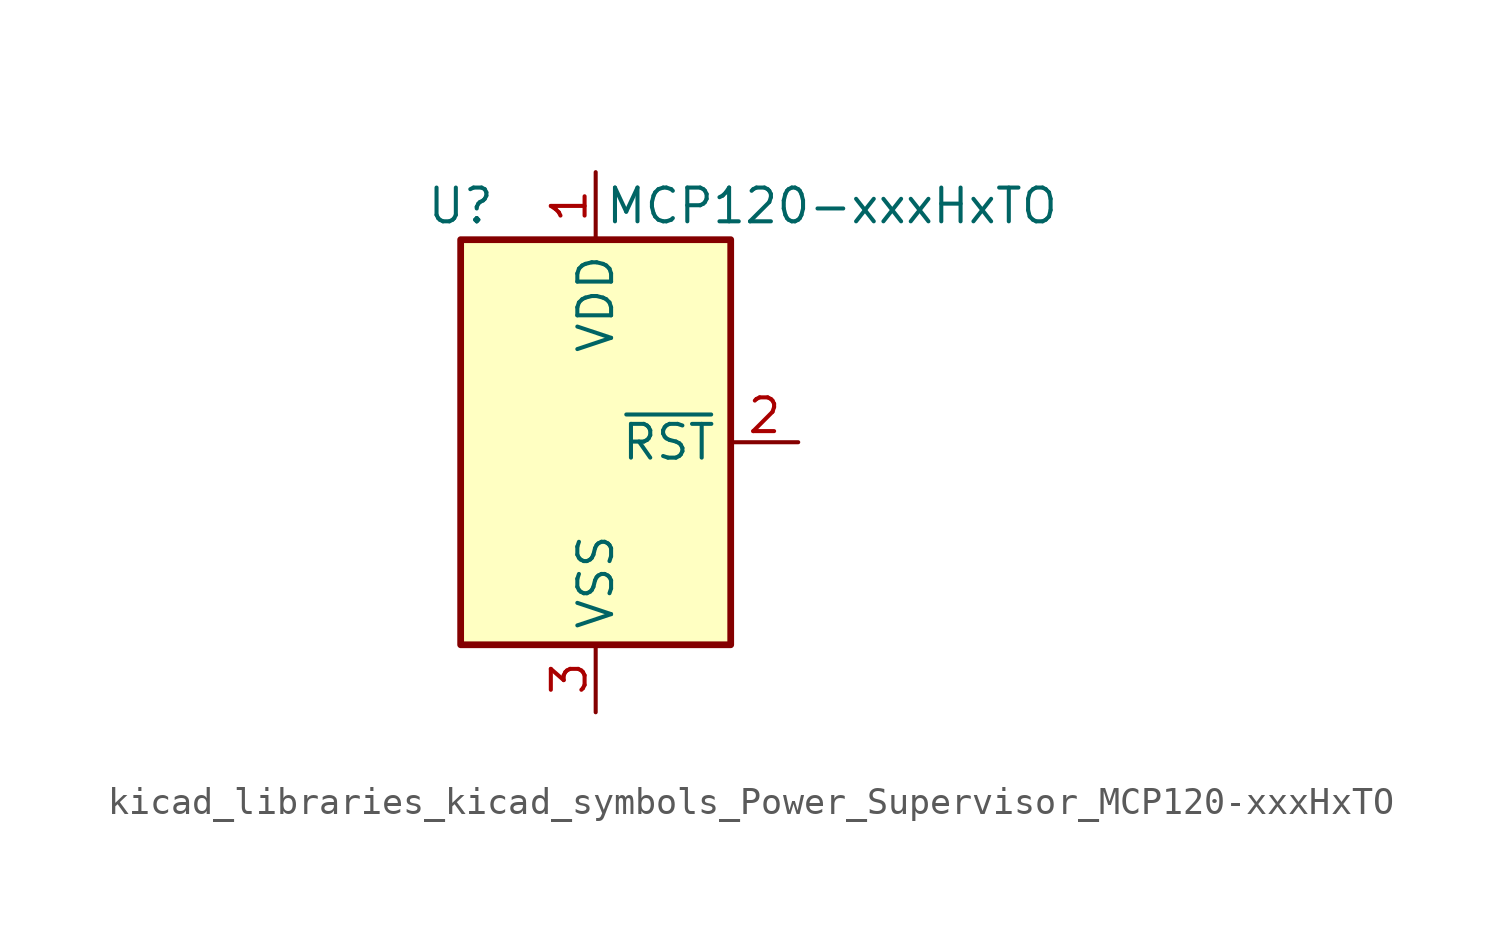
<source format=kicad_sym>
(kicad_symbol_lib
  (version 20220914)
  (generator kicad_symbol_editor)
  (symbol "kicad_libraries_kicad_symbols_Power_Supervisor_MCP120-xxxHxTO"
    (property "Reference" "U"
      (at -5.08 8.89 0)
      (effects (font (size 1.27 1.27))))
    (property "Value" "MCP120-xxxHxTO"
      (at 8.89 8.89 0)
      (effects (font (size 1.27 1.27))))
    (symbol "kicad_libraries_kicad_symbols_Power_Supervisor_MCP120-xxxHxTO_0_1"
      (rectangle (start 5.08 7.62) (end -5.08 -7.62) (stroke (width 0.254) (type default)) (fill (type background))))
    (symbol "kicad_libraries_kicad_symbols_Power_Supervisor_MCP120-xxxHxTO_1_1"
      (pin power_in line (at 0 10.16 270) (length 2.54) (name "VDD" (effects (font (size 1.27 1.27)))) (number "1" (effects (font (size 1.27 1.27)))))
      (pin open_collector line (at 7.62 0 180) (length 2.54) (name "~{RST}" (effects (font (size 1.27 1.27)))) (number "2" (effects (font (size 1.27 1.27)))))
      (pin power_in line (at 0 -10.16 90) (length 2.54) (name "VSS" (effects (font (size 1.27 1.27)))) (number "3" (effects (font (size 1.27 1.27))))))))
</source>
